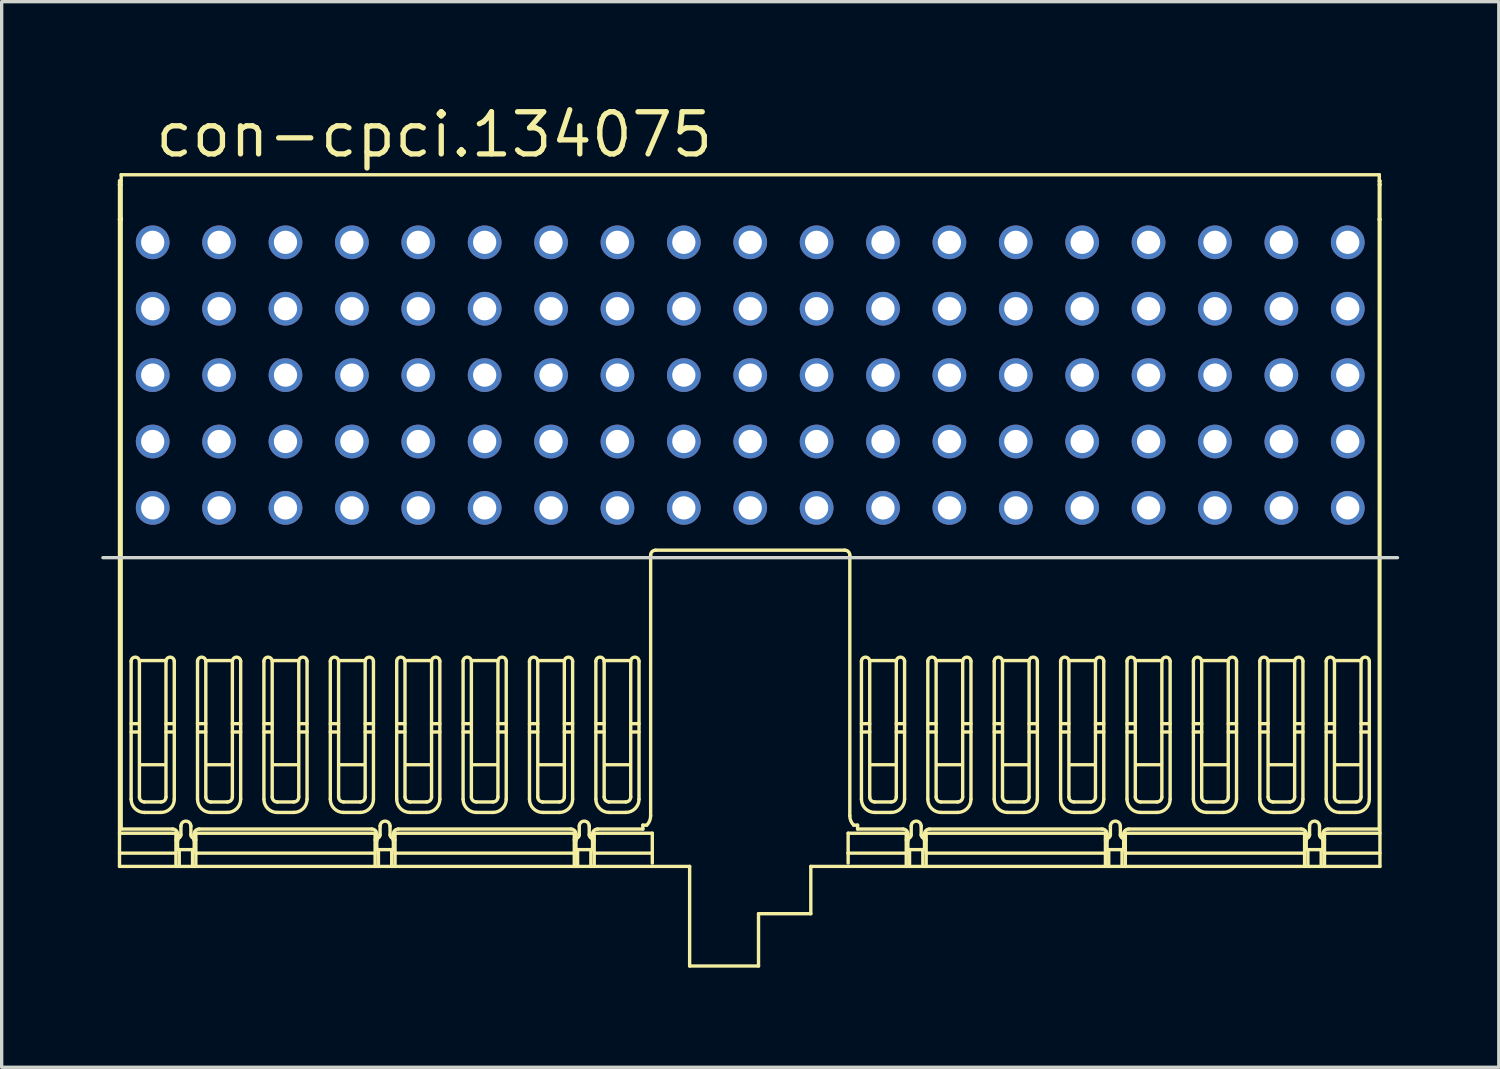
<source format=kicad_pcb>
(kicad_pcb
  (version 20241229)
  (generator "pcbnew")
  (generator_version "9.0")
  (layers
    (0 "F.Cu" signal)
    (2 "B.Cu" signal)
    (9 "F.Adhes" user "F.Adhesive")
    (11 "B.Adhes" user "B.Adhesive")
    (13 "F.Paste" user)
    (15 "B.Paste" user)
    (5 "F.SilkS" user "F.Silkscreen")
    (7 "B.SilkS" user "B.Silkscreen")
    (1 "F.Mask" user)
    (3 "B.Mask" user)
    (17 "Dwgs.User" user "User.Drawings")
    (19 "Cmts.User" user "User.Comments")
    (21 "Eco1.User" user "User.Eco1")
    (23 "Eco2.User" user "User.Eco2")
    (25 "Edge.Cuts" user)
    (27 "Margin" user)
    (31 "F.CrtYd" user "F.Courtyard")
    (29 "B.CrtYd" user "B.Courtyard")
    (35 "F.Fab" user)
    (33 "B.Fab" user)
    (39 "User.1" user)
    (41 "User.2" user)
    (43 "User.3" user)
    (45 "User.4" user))
  (footprint "con-cpci.134075"
    (layer "F.Cu")
    (at 19.55 12.25)
    (property "Reference" "con-cpci.134075" (at -18 -10.5 0) (layer "F.SilkS") (effects (font (size 1.27 1.27) (thickness 0.16)) (justify left bottom)))
    (attr through_hole)
    (fp_line (start -19 -9.85) (end -18.95 -9.85) (stroke (width 0.102) (type default)) (layer "F.SilkS"))
    (fp_line (start -19 -9.736) (end -19 -9.85) (stroke (width 0.102) (type default)) (layer "F.SilkS"))
    (fp_line (start -19 -9.736) (end -19 -8.686) (stroke (width 0.102) (type default)) (layer "F.SilkS"))
    (fp_line (start -19 -8.686) (end -18.95 -8.686) (stroke (width 0.102) (type default)) (layer "F.SilkS"))
    (fp_line (start -19 9.8) (end -17.3 9.8) (stroke (width 0.102) (type default)) (layer "F.SilkS"))
    (fp_line (start -19 10.4) (end -17.3 10.4) (stroke (width 0.102) (type default)) (layer "F.SilkS"))
    (fp_line (start -19 10.8) (end -19 -8.686) (stroke (width 0.102) (type default)) (layer "F.SilkS"))
    (fp_line (start -18.95 -10.036) (end 18.95 -10.036) (stroke (width 0.102) (type default)) (layer "F.SilkS"))
    (fp_line (start -18.95 -9.736) (end -19 -9.736) (stroke (width 0.102) (type default)) (layer "F.SilkS"))
    (fp_line (start -18.95 -8.686) (end -18.95 -8.728) (stroke (width 0.102) (type default)) (layer "F.SilkS"))
    (fp_line (start -18.95 9.674) (end -18.95 -10.036) (stroke (width 0.102) (type default)) (layer "F.SilkS"))
    (fp_line (start -18.65 6.75) (end -18.4 6.75) (stroke (width 0.102) (type default)) (layer "F.SilkS"))
    (fp_line (start -18.65 8.774) (end -18.65 4.622) (stroke (width 0.102) (type default)) (layer "F.SilkS"))
    (fp_line (start -18.4 4.622) (end -18.4 8.709) (stroke (width 0.102) (type default)) (layer "F.SilkS"))
    (fp_line (start -18.4 6.5) (end -18.65 6.5) (stroke (width 0.102) (type default)) (layer "F.SilkS"))
    (fp_line (start -18.25 8.859) (end -17.75 8.859) (stroke (width 0.102) (type default)) (layer "F.SilkS"))
    (fp_line (start -17.75 9.174) (end -18.25 9.174) (stroke (width 0.102) (type default)) (layer "F.SilkS"))
    (fp_line (start -17.65 4.599) (end -18.35 4.599) (stroke (width 0.102) (type default)) (layer "F.SilkS"))
    (fp_line (start -17.65 7.737) (end -18.35 7.737) (stroke (width 0.102) (type default)) (layer "F.SilkS"))
    (fp_line (start -17.6 6.75) (end -17.35 6.75) (stroke (width 0.102) (type default)) (layer "F.SilkS"))
    (fp_line (start -17.6 8.709) (end -17.6 4.622) (stroke (width 0.102) (type default)) (layer "F.SilkS"))
    (fp_line (start -17.4 9.674) (end -18.95 9.674) (stroke (width 0.102) (type default)) (layer "F.SilkS"))
    (fp_line (start -17.35 4.622) (end -17.35 8.774) (stroke (width 0.102) (type default)) (layer "F.SilkS"))
    (fp_line (start -17.35 6.5) (end -17.6 6.5) (stroke (width 0.102) (type default)) (layer "F.SilkS"))
    (fp_line (start -17.3 9.8) (end -17.3 10.8) (stroke (width 0.102) (type default)) (layer "F.SilkS"))
    (fp_line (start -17.3 10) (end -17.25 10) (stroke (width 0.102) (type default)) (layer "F.SilkS"))
    (fp_line (start -17.25 9.824) (end -17.25 10.294) (stroke (width 0.102) (type default)) (layer "F.SilkS"))
    (fp_line (start -17.25 10.294) (end -16.75 10.294) (stroke (width 0.102) (type default)) (layer "F.SilkS"))
    (fp_line (start -17.2 10.8) (end -17.2 10.294) (stroke (width 0.102) (type default)) (layer "F.SilkS"))
    (fp_line (start -17.15 9.586) (end -17.15 9.849) (stroke (width 0.102) (type default)) (layer "F.SilkS"))
    (fp_line (start -16.85 9.849) (end -16.85 9.586) (stroke (width 0.102) (type default)) (layer "F.SilkS"))
    (fp_line (start -16.8 10.8) (end -16.8 10.294) (stroke (width 0.102) (type default)) (layer "F.SilkS"))
    (fp_line (start -16.75 10) (end -16.7 10) (stroke (width 0.102) (type default)) (layer "F.SilkS"))
    (fp_line (start -16.75 10.294) (end -16.75 9.824) (stroke (width 0.102) (type default)) (layer "F.SilkS"))
    (fp_line (start -16.7 9.8) (end -11.3 9.8) (stroke (width 0.102) (type default)) (layer "F.SilkS"))
    (fp_line (start -16.7 10.4) (end -11.3 10.4) (stroke (width 0.102) (type default)) (layer "F.SilkS"))
    (fp_line (start -16.7 10.8) (end -16.7 9.8) (stroke (width 0.102) (type default)) (layer "F.SilkS"))
    (fp_line (start -16.65 6.75) (end -16.4 6.75) (stroke (width 0.102) (type default)) (layer "F.SilkS"))
    (fp_line (start -16.65 8.774) (end -16.65 4.622) (stroke (width 0.102) (type default)) (layer "F.SilkS"))
    (fp_line (start -16.6 9.674) (end -11.4 9.674) (stroke (width 0.102) (type default)) (layer "F.SilkS"))
    (fp_line (start -16.4 4.622) (end -16.4 8.709) (stroke (width 0.102) (type default)) (layer "F.SilkS"))
    (fp_line (start -16.4 6.5) (end -16.65 6.5) (stroke (width 0.102) (type default)) (layer "F.SilkS"))
    (fp_line (start -16.25 8.859) (end -15.75 8.859) (stroke (width 0.102) (type default)) (layer "F.SilkS"))
    (fp_line (start -15.75 9.174) (end -16.25 9.174) (stroke (width 0.102) (type default)) (layer "F.SilkS"))
    (fp_line (start -15.65 4.599) (end -16.35 4.599) (stroke (width 0.102) (type default)) (layer "F.SilkS"))
    (fp_line (start -15.65 7.737) (end -16.35 7.737) (stroke (width 0.102) (type default)) (layer "F.SilkS"))
    (fp_line (start -15.6 6.75) (end -15.35 6.75) (stroke (width 0.102) (type default)) (layer "F.SilkS"))
    (fp_line (start -15.6 8.709) (end -15.6 4.622) (stroke (width 0.102) (type default)) (layer "F.SilkS"))
    (fp_line (start -15.35 4.622) (end -15.35 8.774) (stroke (width 0.102) (type default)) (layer "F.SilkS"))
    (fp_line (start -15.35 6.5) (end -15.6 6.5) (stroke (width 0.102) (type default)) (layer "F.SilkS"))
    (fp_line (start -14.65 6.75) (end -14.4 6.75) (stroke (width 0.102) (type default)) (layer "F.SilkS"))
    (fp_line (start -14.65 8.774) (end -14.65 4.622) (stroke (width 0.102) (type default)) (layer "F.SilkS"))
    (fp_line (start -14.4 4.622) (end -14.4 8.709) (stroke (width 0.102) (type default)) (layer "F.SilkS"))
    (fp_line (start -14.4 6.5) (end -14.65 6.5) (stroke (width 0.102) (type default)) (layer "F.SilkS"))
    (fp_line (start -14.25 8.859) (end -13.75 8.859) (stroke (width 0.102) (type default)) (layer "F.SilkS"))
    (fp_line (start -13.75 9.174) (end -14.25 9.174) (stroke (width 0.102) (type default)) (layer "F.SilkS"))
    (fp_line (start -13.65 4.599) (end -14.35 4.599) (stroke (width 0.102) (type default)) (layer "F.SilkS"))
    (fp_line (start -13.65 7.737) (end -14.35 7.737) (stroke (width 0.102) (type default)) (layer "F.SilkS"))
    (fp_line (start -13.6 6.75) (end -13.35 6.75) (stroke (width 0.102) (type default)) (layer "F.SilkS"))
    (fp_line (start -13.6 8.709) (end -13.6 4.622) (stroke (width 0.102) (type default)) (layer "F.SilkS"))
    (fp_line (start -13.35 4.622) (end -13.35 8.774) (stroke (width 0.102) (type default)) (layer "F.SilkS"))
    (fp_line (start -13.35 6.5) (end -13.6 6.5) (stroke (width 0.102) (type default)) (layer "F.SilkS"))
    (fp_line (start -12.65 6.75) (end -12.4 6.75) (stroke (width 0.102) (type default)) (layer "F.SilkS"))
    (fp_line (start -12.65 8.774) (end -12.65 4.622) (stroke (width 0.102) (type default)) (layer "F.SilkS"))
    (fp_line (start -12.4 4.622) (end -12.4 8.709) (stroke (width 0.102) (type default)) (layer "F.SilkS"))
    (fp_line (start -12.4 6.5) (end -12.65 6.5) (stroke (width 0.102) (type default)) (layer "F.SilkS"))
    (fp_line (start -12.25 8.859) (end -11.75 8.859) (stroke (width 0.102) (type default)) (layer "F.SilkS"))
    (fp_line (start -11.75 9.174) (end -12.25 9.174) (stroke (width 0.102) (type default)) (layer "F.SilkS"))
    (fp_line (start -11.65 4.599) (end -12.35 4.599) (stroke (width 0.102) (type default)) (layer "F.SilkS"))
    (fp_line (start -11.65 7.737) (end -12.35 7.737) (stroke (width 0.102) (type default)) (layer "F.SilkS"))
    (fp_line (start -11.6 6.75) (end -11.35 6.75) (stroke (width 0.102) (type default)) (layer "F.SilkS"))
    (fp_line (start -11.6 8.709) (end -11.6 4.622) (stroke (width 0.102) (type default)) (layer "F.SilkS"))
    (fp_line (start -11.35 4.622) (end -11.35 8.774) (stroke (width 0.102) (type default)) (layer "F.SilkS"))
    (fp_line (start -11.35 6.5) (end -11.6 6.5) (stroke (width 0.102) (type default)) (layer "F.SilkS"))
    (fp_line (start -11.3 9.8) (end -11.3 10.8) (stroke (width 0.102) (type default)) (layer "F.SilkS"))
    (fp_line (start -11.3 10) (end -11.25 10) (stroke (width 0.102) (type default)) (layer "F.SilkS"))
    (fp_line (start -11.25 9.824) (end -11.25 10.294) (stroke (width 0.102) (type default)) (layer "F.SilkS"))
    (fp_line (start -11.25 10.294) (end -10.75 10.294) (stroke (width 0.102) (type default)) (layer "F.SilkS"))
    (fp_line (start -11.2 10.8) (end -11.2 10.294) (stroke (width 0.102) (type default)) (layer "F.SilkS"))
    (fp_line (start -11.15 9.586) (end -11.15 9.849) (stroke (width 0.102) (type default)) (layer "F.SilkS"))
    (fp_line (start -10.85 9.849) (end -10.85 9.586) (stroke (width 0.102) (type default)) (layer "F.SilkS"))
    (fp_line (start -10.8 10.8) (end -10.8 10.294) (stroke (width 0.102) (type default)) (layer "F.SilkS"))
    (fp_line (start -10.75 10) (end -10.7 10) (stroke (width 0.102) (type default)) (layer "F.SilkS"))
    (fp_line (start -10.75 10.294) (end -10.75 9.824) (stroke (width 0.102) (type default)) (layer "F.SilkS"))
    (fp_line (start -10.7 9.8) (end -5.3 9.8) (stroke (width 0.102) (type default)) (layer "F.SilkS"))
    (fp_line (start -10.7 10.4) (end -5.3 10.4) (stroke (width 0.102) (type default)) (layer "F.SilkS"))
    (fp_line (start -10.7 10.8) (end -10.7 9.8) (stroke (width 0.102) (type default)) (layer "F.SilkS"))
    (fp_line (start -10.65 6.75) (end -10.4 6.75) (stroke (width 0.102) (type default)) (layer "F.SilkS"))
    (fp_line (start -10.65 8.774) (end -10.65 4.622) (stroke (width 0.102) (type default)) (layer "F.SilkS"))
    (fp_line (start -10.6 9.674) (end -5.4 9.674) (stroke (width 0.102) (type default)) (layer "F.SilkS"))
    (fp_line (start -10.4 4.622) (end -10.4 8.709) (stroke (width 0.102) (type default)) (layer "F.SilkS"))
    (fp_line (start -10.4 6.5) (end -10.65 6.5) (stroke (width 0.102) (type default)) (layer "F.SilkS"))
    (fp_line (start -10.25 8.859) (end -9.75 8.859) (stroke (width 0.102) (type default)) (layer "F.SilkS"))
    (fp_line (start -9.75 9.174) (end -10.25 9.174) (stroke (width 0.102) (type default)) (layer "F.SilkS"))
    (fp_line (start -9.65 4.599) (end -10.35 4.599) (stroke (width 0.102) (type default)) (layer "F.SilkS"))
    (fp_line (start -9.65 7.737) (end -10.35 7.737) (stroke (width 0.102) (type default)) (layer "F.SilkS"))
    (fp_line (start -9.6 6.75) (end -9.35 6.75) (stroke (width 0.102) (type default)) (layer "F.SilkS"))
    (fp_line (start -9.6 8.709) (end -9.6 4.622) (stroke (width 0.102) (type default)) (layer "F.SilkS"))
    (fp_line (start -9.35 4.622) (end -9.35 8.774) (stroke (width 0.102) (type default)) (layer "F.SilkS"))
    (fp_line (start -9.35 6.5) (end -9.6 6.5) (stroke (width 0.102) (type default)) (layer "F.SilkS"))
    (fp_line (start -8.65 6.75) (end -8.4 6.75) (stroke (width 0.102) (type default)) (layer "F.SilkS"))
    (fp_line (start -8.65 8.774) (end -8.65 4.622) (stroke (width 0.102) (type default)) (layer "F.SilkS"))
    (fp_line (start -8.4 4.622) (end -8.4 8.709) (stroke (width 0.102) (type default)) (layer "F.SilkS"))
    (fp_line (start -8.4 6.5) (end -8.65 6.5) (stroke (width 0.102) (type default)) (layer "F.SilkS"))
    (fp_line (start -8.25 8.859) (end -7.75 8.859) (stroke (width 0.102) (type default)) (layer "F.SilkS"))
    (fp_line (start -7.75 9.174) (end -8.25 9.174) (stroke (width 0.102) (type default)) (layer "F.SilkS"))
    (fp_line (start -7.65 4.599) (end -8.35 4.599) (stroke (width 0.102) (type default)) (layer "F.SilkS"))
    (fp_line (start -7.65 7.737) (end -8.35 7.737) (stroke (width 0.102) (type default)) (layer "F.SilkS"))
    (fp_line (start -7.6 6.75) (end -7.35 6.75) (stroke (width 0.102) (type default)) (layer "F.SilkS"))
    (fp_line (start -7.6 8.709) (end -7.6 4.622) (stroke (width 0.102) (type default)) (layer "F.SilkS"))
    (fp_line (start -7.35 4.622) (end -7.35 8.774) (stroke (width 0.102) (type default)) (layer "F.SilkS"))
    (fp_line (start -7.35 6.5) (end -7.6 6.5) (stroke (width 0.102) (type default)) (layer "F.SilkS"))
    (fp_line (start -6.65 6.75) (end -6.4 6.75) (stroke (width 0.102) (type default)) (layer "F.SilkS"))
    (fp_line (start -6.65 8.774) (end -6.65 4.622) (stroke (width 0.102) (type default)) (layer "F.SilkS"))
    (fp_line (start -6.4 4.622) (end -6.4 8.709) (stroke (width 0.102) (type default)) (layer "F.SilkS"))
    (fp_line (start -6.4 6.5) (end -6.65 6.5) (stroke (width 0.102) (type default)) (layer "F.SilkS"))
    (fp_line (start -6.25 8.859) (end -5.75 8.859) (stroke (width 0.102) (type default)) (layer "F.SilkS"))
    (fp_line (start -5.75 9.174) (end -6.25 9.174) (stroke (width 0.102) (type default)) (layer "F.SilkS"))
    (fp_line (start -5.65 4.599) (end -6.35 4.599) (stroke (width 0.102) (type default)) (layer "F.SilkS"))
    (fp_line (start -5.65 7.737) (end -6.35 7.737) (stroke (width 0.102) (type default)) (layer "F.SilkS"))
    (fp_line (start -5.6 6.75) (end -5.35 6.75) (stroke (width 0.102) (type default)) (layer "F.SilkS"))
    (fp_line (start -5.6 8.709) (end -5.6 4.622) (stroke (width 0.102) (type default)) (layer "F.SilkS"))
    (fp_line (start -5.35 4.622) (end -5.35 8.774) (stroke (width 0.102) (type default)) (layer "F.SilkS"))
    (fp_line (start -5.35 6.5) (end -5.6 6.5) (stroke (width 0.102) (type default)) (layer "F.SilkS"))
    (fp_line (start -5.3 9.8) (end -5.3 10.8) (stroke (width 0.102) (type default)) (layer "F.SilkS"))
    (fp_line (start -5.25 9.824) (end -5.25 10.294) (stroke (width 0.102) (type default)) (layer "F.SilkS"))
    (fp_line (start -5.25 10) (end -5.3 10) (stroke (width 0.102) (type default)) (layer "F.SilkS"))
    (fp_line (start -5.25 10.294) (end -4.75 10.294) (stroke (width 0.102) (type default)) (layer "F.SilkS"))
    (fp_line (start -5.2 10.8) (end -5.2 10.294) (stroke (width 0.102) (type default)) (layer "F.SilkS"))
    (fp_line (start -5.15 9.586) (end -5.15 9.849) (stroke (width 0.102) (type default)) (layer "F.SilkS"))
    (fp_line (start -4.85 9.849) (end -4.85 9.586) (stroke (width 0.102) (type default)) (layer "F.SilkS"))
    (fp_line (start -4.8 10.8) (end -4.8 10.294) (stroke (width 0.102) (type default)) (layer "F.SilkS"))
    (fp_line (start -4.75 10.294) (end -4.75 9.824) (stroke (width 0.102) (type default)) (layer "F.SilkS"))
    (fp_line (start -4.7 9.8) (end -4.7 10.8) (stroke (width 0.102) (type default)) (layer "F.SilkS"))
    (fp_line (start -4.7 10) (end -4.75 10) (stroke (width 0.102) (type default)) (layer "F.SilkS"))
    (fp_line (start -4.7 10.4) (end -2.95 10.4) (stroke (width 0.102) (type default)) (layer "F.SilkS"))
    (fp_line (start -4.65 6.5) (end -4.4 6.5) (stroke (width 0.102) (type default)) (layer "F.SilkS"))
    (fp_line (start -4.65 8.774) (end -4.65 4.622) (stroke (width 0.102) (type default)) (layer "F.SilkS"))
    (fp_line (start -4.6 9.674) (end -3.234 9.674) (stroke (width 0.102) (type default)) (layer "F.SilkS"))
    (fp_line (start -4.4 4.622) (end -4.4 8.709) (stroke (width 0.102) (type default)) (layer "F.SilkS"))
    (fp_line (start -4.4 6.75) (end -4.65 6.75) (stroke (width 0.102) (type default)) (layer "F.SilkS"))
    (fp_line (start -4.25 8.859) (end -3.75 8.859) (stroke (width 0.102) (type default)) (layer "F.SilkS"))
    (fp_line (start -3.75 9.174) (end -4.25 9.174) (stroke (width 0.102) (type default)) (layer "F.SilkS"))
    (fp_line (start -3.65 4.599) (end -4.35 4.599) (stroke (width 0.102) (type default)) (layer "F.SilkS"))
    (fp_line (start -3.65 7.737) (end -4.35 7.737) (stroke (width 0.102) (type default)) (layer "F.SilkS"))
    (fp_line (start -3.6 6.5) (end -3.35 6.5) (stroke (width 0.102) (type default)) (layer "F.SilkS"))
    (fp_line (start -3.6 8.709) (end -3.6 4.622) (stroke (width 0.102) (type default)) (layer "F.SilkS"))
    (fp_line (start -3.35 4.622) (end -3.35 8.774) (stroke (width 0.102) (type default)) (layer "F.SilkS"))
    (fp_line (start -3.35 6.75) (end -3.6 6.75) (stroke (width 0.102) (type default)) (layer "F.SilkS"))
    (fp_line (start -3.234 9.557) (end -3.234 9.674) (stroke (width 0.102) (type default)) (layer "F.SilkS"))
    (fp_line (start -3.117 9.557) (end -3.234 9.557) (stroke (width 0.102) (type default)) (layer "F.SilkS"))
    (fp_line (start -3 9.274) (end -3 1.424) (stroke (width 0.102) (type default)) (layer "F.SilkS"))
    (fp_line (start -2.95 9.8) (end -4.7 9.8) (stroke (width 0.102) (type default)) (layer "F.SilkS"))
    (fp_line (start -2.95 10.4) (end -2.95 9.8) (stroke (width 0.102) (type default)) (layer "F.SilkS"))
    (fp_line (start -2.95 10.4) (end -2.95 10.7) (stroke (width 0.102) (type default)) (layer "F.SilkS"))
    (fp_line (start -2.85 1.274) (end 2.85 1.274) (stroke (width 0.102) (type default)) (layer "F.SilkS"))
    (fp_line (start -1.825 10.8) (end -19 10.8) (stroke (width 0.102) (type default)) (layer "F.SilkS"))
    (fp_line (start -1.825 13.8) (end -1.825 10.8) (stroke (width 0.102) (type default)) (layer "F.SilkS"))
    (fp_line (start 0.25 12.225) (end 0.25 13.8) (stroke (width 0.102) (type default)) (layer "F.SilkS"))
    (fp_line (start 0.25 13.8) (end -1.825 13.8) (stroke (width 0.102) (type default)) (layer "F.SilkS"))
    (fp_line (start 1.825 10.8) (end 1.825 12.225) (stroke (width 0.102) (type default)) (layer "F.SilkS"))
    (fp_line (start 1.825 12.225) (end 0.25 12.225) (stroke (width 0.102) (type default)) (layer "F.SilkS"))
    (fp_line (start 2.95 9.8) (end 2.95 10.4) (stroke (width 0.102) (type default)) (layer "F.SilkS"))
    (fp_line (start 2.95 10.4) (end 2.95 10.7) (stroke (width 0.102) (type default)) (layer "F.SilkS"))
    (fp_line (start 2.95 10.4) (end 4.7 10.4) (stroke (width 0.102) (type default)) (layer "F.SilkS"))
    (fp_line (start 3 9.274) (end 3 1.424) (stroke (width 0.102) (type default)) (layer "F.SilkS"))
    (fp_line (start 3.117 9.557) (end 3.234 9.557) (stroke (width 0.102) (type default)) (layer "F.SilkS"))
    (fp_line (start 3.234 9.557) (end 3.234 9.674) (stroke (width 0.102) (type default)) (layer "F.SilkS"))
    (fp_line (start 3.35 6.5) (end 3.6 6.5) (stroke (width 0.102) (type default)) (layer "F.SilkS"))
    (fp_line (start 3.35 8.774) (end 3.35 4.622) (stroke (width 0.102) (type default)) (layer "F.SilkS"))
    (fp_line (start 3.6 4.622) (end 3.6 8.709) (stroke (width 0.102) (type default)) (layer "F.SilkS"))
    (fp_line (start 3.6 6.75) (end 3.35 6.75) (stroke (width 0.102) (type default)) (layer "F.SilkS"))
    (fp_line (start 3.75 8.859) (end 4.25 8.859) (stroke (width 0.102) (type default)) (layer "F.SilkS"))
    (fp_line (start 4.25 9.174) (end 3.75 9.174) (stroke (width 0.102) (type default)) (layer "F.SilkS"))
    (fp_line (start 4.35 4.599) (end 3.65 4.599) (stroke (width 0.102) (type default)) (layer "F.SilkS"))
    (fp_line (start 4.35 7.737) (end 3.65 7.737) (stroke (width 0.102) (type default)) (layer "F.SilkS"))
    (fp_line (start 4.4 6.5) (end 4.65 6.5) (stroke (width 0.102) (type default)) (layer "F.SilkS"))
    (fp_line (start 4.4 8.709) (end 4.4 4.622) (stroke (width 0.102) (type default)) (layer "F.SilkS"))
    (fp_line (start 4.6 9.674) (end 3.234 9.674) (stroke (width 0.102) (type default)) (layer "F.SilkS"))
    (fp_line (start 4.65 4.622) (end 4.65 8.774) (stroke (width 0.102) (type default)) (layer "F.SilkS"))
    (fp_line (start 4.65 6.75) (end 4.4 6.75) (stroke (width 0.102) (type default)) (layer "F.SilkS"))
    (fp_line (start 4.7 9.8) (end 2.95 9.8) (stroke (width 0.102) (type default)) (layer "F.SilkS"))
    (fp_line (start 4.7 10.8) (end 4.7 9.8) (stroke (width 0.102) (type default)) (layer "F.SilkS"))
    (fp_line (start 4.75 9.824) (end 4.75 10.294) (stroke (width 0.102) (type default)) (layer "F.SilkS"))
    (fp_line (start 4.75 10) (end 4.7 10) (stroke (width 0.102) (type default)) (layer "F.SilkS"))
    (fp_line (start 4.75 10.294) (end 5.25 10.294) (stroke (width 0.102) (type default)) (layer "F.SilkS"))
    (fp_line (start 4.8 10.8) (end 4.8 10.294) (stroke (width 0.102) (type default)) (layer "F.SilkS"))
    (fp_line (start 4.85 9.586) (end 4.85 9.849) (stroke (width 0.102) (type default)) (layer "F.SilkS"))
    (fp_line (start 5.15 9.849) (end 5.15 9.586) (stroke (width 0.102) (type default)) (layer "F.SilkS"))
    (fp_line (start 5.2 10.8) (end 5.2 10.294) (stroke (width 0.102) (type default)) (layer "F.SilkS"))
    (fp_line (start 5.25 10.294) (end 5.25 9.824) (stroke (width 0.102) (type default)) (layer "F.SilkS"))
    (fp_line (start 5.3 9.8) (end 5.3 10.8) (stroke (width 0.102) (type default)) (layer "F.SilkS"))
    (fp_line (start 5.3 10) (end 5.25 10) (stroke (width 0.102) (type default)) (layer "F.SilkS"))
    (fp_line (start 5.35 6.5) (end 5.6 6.5) (stroke (width 0.102) (type default)) (layer "F.SilkS"))
    (fp_line (start 5.35 8.774) (end 5.35 4.622) (stroke (width 0.102) (type default)) (layer "F.SilkS"))
    (fp_line (start 5.4 9.674) (end 10.6 9.674) (stroke (width 0.102) (type default)) (layer "F.SilkS"))
    (fp_line (start 5.6 4.622) (end 5.6 8.709) (stroke (width 0.102) (type default)) (layer "F.SilkS"))
    (fp_line (start 5.6 6.75) (end 5.35 6.75) (stroke (width 0.102) (type default)) (layer "F.SilkS"))
    (fp_line (start 5.75 8.859) (end 6.25 8.859) (stroke (width 0.102) (type default)) (layer "F.SilkS"))
    (fp_line (start 6.25 9.174) (end 5.75 9.174) (stroke (width 0.102) (type default)) (layer "F.SilkS"))
    (fp_line (start 6.35 4.599) (end 5.65 4.599) (stroke (width 0.102) (type default)) (layer "F.SilkS"))
    (fp_line (start 6.35 7.737) (end 5.65 7.737) (stroke (width 0.102) (type default)) (layer "F.SilkS"))
    (fp_line (start 6.4 6.5) (end 6.65 6.5) (stroke (width 0.102) (type default)) (layer "F.SilkS"))
    (fp_line (start 6.4 8.709) (end 6.4 4.622) (stroke (width 0.102) (type default)) (layer "F.SilkS"))
    (fp_line (start 6.65 4.622) (end 6.65 8.774) (stroke (width 0.102) (type default)) (layer "F.SilkS"))
    (fp_line (start 6.65 6.75) (end 6.4 6.75) (stroke (width 0.102) (type default)) (layer "F.SilkS"))
    (fp_line (start 7.35 6.5) (end 7.6 6.5) (stroke (width 0.102) (type default)) (layer "F.SilkS"))
    (fp_line (start 7.35 8.774) (end 7.35 4.622) (stroke (width 0.102) (type default)) (layer "F.SilkS"))
    (fp_line (start 7.6 4.622) (end 7.6 8.709) (stroke (width 0.102) (type default)) (layer "F.SilkS"))
    (fp_line (start 7.6 6.75) (end 7.35 6.75) (stroke (width 0.102) (type default)) (layer "F.SilkS"))
    (fp_line (start 7.75 8.859) (end 8.25 8.859) (stroke (width 0.102) (type default)) (layer "F.SilkS"))
    (fp_line (start 8.25 9.174) (end 7.75 9.174) (stroke (width 0.102) (type default)) (layer "F.SilkS"))
    (fp_line (start 8.35 4.599) (end 7.65 4.599) (stroke (width 0.102) (type default)) (layer "F.SilkS"))
    (fp_line (start 8.35 7.737) (end 7.65 7.737) (stroke (width 0.102) (type default)) (layer "F.SilkS"))
    (fp_line (start 8.4 6.5) (end 8.65 6.5) (stroke (width 0.102) (type default)) (layer "F.SilkS"))
    (fp_line (start 8.4 8.709) (end 8.4 4.622) (stroke (width 0.102) (type default)) (layer "F.SilkS"))
    (fp_line (start 8.65 4.622) (end 8.65 8.774) (stroke (width 0.102) (type default)) (layer "F.SilkS"))
    (fp_line (start 8.65 6.75) (end 8.4 6.75) (stroke (width 0.102) (type default)) (layer "F.SilkS"))
    (fp_line (start 9.35 6.5) (end 9.6 6.5) (stroke (width 0.102) (type default)) (layer "F.SilkS"))
    (fp_line (start 9.35 8.774) (end 9.35 4.622) (stroke (width 0.102) (type default)) (layer "F.SilkS"))
    (fp_line (start 9.6 4.622) (end 9.6 8.709) (stroke (width 0.102) (type default)) (layer "F.SilkS"))
    (fp_line (start 9.6 6.75) (end 9.35 6.75) (stroke (width 0.102) (type default)) (layer "F.SilkS"))
    (fp_line (start 9.75 8.859) (end 10.25 8.859) (stroke (width 0.102) (type default)) (layer "F.SilkS"))
    (fp_line (start 10.25 9.174) (end 9.75 9.174) (stroke (width 0.102) (type default)) (layer "F.SilkS"))
    (fp_line (start 10.35 4.599) (end 9.65 4.599) (stroke (width 0.102) (type default)) (layer "F.SilkS"))
    (fp_line (start 10.35 7.737) (end 9.65 7.737) (stroke (width 0.102) (type default)) (layer "F.SilkS"))
    (fp_line (start 10.4 6.5) (end 10.65 6.5) (stroke (width 0.102) (type default)) (layer "F.SilkS"))
    (fp_line (start 10.4 8.709) (end 10.4 4.622) (stroke (width 0.102) (type default)) (layer "F.SilkS"))
    (fp_line (start 10.65 4.622) (end 10.65 8.774) (stroke (width 0.102) (type default)) (layer "F.SilkS"))
    (fp_line (start 10.65 6.75) (end 10.4 6.75) (stroke (width 0.102) (type default)) (layer "F.SilkS"))
    (fp_line (start 10.7 9.8) (end 5.3 9.8) (stroke (width 0.102) (type default)) (layer "F.SilkS"))
    (fp_line (start 10.7 10.4) (end 5.3 10.4) (stroke (width 0.102) (type default)) (layer "F.SilkS"))
    (fp_line (start 10.7 10.8) (end 10.7 9.8) (stroke (width 0.102) (type default)) (layer "F.SilkS"))
    (fp_line (start 10.75 9.824) (end 10.75 10.294) (stroke (width 0.102) (type default)) (layer "F.SilkS"))
    (fp_line (start 10.75 10) (end 10.7 10) (stroke (width 0.102) (type default)) (layer "F.SilkS"))
    (fp_line (start 10.75 10.294) (end 11.25 10.294) (stroke (width 0.102) (type default)) (layer "F.SilkS"))
    (fp_line (start 10.8 10.8) (end 10.8 10.294) (stroke (width 0.102) (type default)) (layer "F.SilkS"))
    (fp_line (start 10.85 9.586) (end 10.85 9.849) (stroke (width 0.102) (type default)) (layer "F.SilkS"))
    (fp_line (start 11.15 9.849) (end 11.15 9.586) (stroke (width 0.102) (type default)) (layer "F.SilkS"))
    (fp_line (start 11.2 10.8) (end 11.2 10.294) (stroke (width 0.102) (type default)) (layer "F.SilkS"))
    (fp_line (start 11.25 10.294) (end 11.25 9.824) (stroke (width 0.102) (type default)) (layer "F.SilkS"))
    (fp_line (start 11.3 9.8) (end 11.3 10.8) (stroke (width 0.102) (type default)) (layer "F.SilkS"))
    (fp_line (start 11.3 10) (end 11.25 10) (stroke (width 0.102) (type default)) (layer "F.SilkS"))
    (fp_line (start 11.35 6.5) (end 11.6 6.5) (stroke (width 0.102) (type default)) (layer "F.SilkS"))
    (fp_line (start 11.35 8.774) (end 11.35 4.622) (stroke (width 0.102) (type default)) (layer "F.SilkS"))
    (fp_line (start 11.4 9.674) (end 16.6 9.674) (stroke (width 0.102) (type default)) (layer "F.SilkS"))
    (fp_line (start 11.6 4.622) (end 11.6 8.709) (stroke (width 0.102) (type default)) (layer "F.SilkS"))
    (fp_line (start 11.6 6.75) (end 11.35 6.75) (stroke (width 0.102) (type default)) (layer "F.SilkS"))
    (fp_line (start 11.75 8.859) (end 12.25 8.859) (stroke (width 0.102) (type default)) (layer "F.SilkS"))
    (fp_line (start 12.25 9.174) (end 11.75 9.174) (stroke (width 0.102) (type default)) (layer "F.SilkS"))
    (fp_line (start 12.35 4.599) (end 11.65 4.599) (stroke (width 0.102) (type default)) (layer "F.SilkS"))
    (fp_line (start 12.35 7.737) (end 11.65 7.737) (stroke (width 0.102) (type default)) (layer "F.SilkS"))
    (fp_line (start 12.4 6.5) (end 12.65 6.5) (stroke (width 0.102) (type default)) (layer "F.SilkS"))
    (fp_line (start 12.4 8.709) (end 12.4 4.622) (stroke (width 0.102) (type default)) (layer "F.SilkS"))
    (fp_line (start 12.65 4.622) (end 12.65 8.774) (stroke (width 0.102) (type default)) (layer "F.SilkS"))
    (fp_line (start 12.65 6.75) (end 12.4 6.75) (stroke (width 0.102) (type default)) (layer "F.SilkS"))
    (fp_line (start 13.35 6.5) (end 13.6 6.5) (stroke (width 0.102) (type default)) (layer "F.SilkS"))
    (fp_line (start 13.35 8.774) (end 13.35 4.622) (stroke (width 0.102) (type default)) (layer "F.SilkS"))
    (fp_line (start 13.6 4.622) (end 13.6 8.709) (stroke (width 0.102) (type default)) (layer "F.SilkS"))
    (fp_line (start 13.6 6.75) (end 13.35 6.75) (stroke (width 0.102) (type default)) (layer "F.SilkS"))
    (fp_line (start 13.75 8.859) (end 14.25 8.859) (stroke (width 0.102) (type default)) (layer "F.SilkS"))
    (fp_line (start 14.25 9.174) (end 13.75 9.174) (stroke (width 0.102) (type default)) (layer "F.SilkS"))
    (fp_line (start 14.35 4.599) (end 13.65 4.599) (stroke (width 0.102) (type default)) (layer "F.SilkS"))
    (fp_line (start 14.35 7.737) (end 13.65 7.737) (stroke (width 0.102) (type default)) (layer "F.SilkS"))
    (fp_line (start 14.4 6.5) (end 14.65 6.5) (stroke (width 0.102) (type default)) (layer "F.SilkS"))
    (fp_line (start 14.4 8.709) (end 14.4 4.622) (stroke (width 0.102) (type default)) (layer "F.SilkS"))
    (fp_line (start 14.65 4.622) (end 14.65 8.774) (stroke (width 0.102) (type default)) (layer "F.SilkS"))
    (fp_line (start 14.65 6.75) (end 14.4 6.75) (stroke (width 0.102) (type default)) (layer "F.SilkS"))
    (fp_line (start 15.35 6.5) (end 15.6 6.5) (stroke (width 0.102) (type default)) (layer "F.SilkS"))
    (fp_line (start 15.35 8.774) (end 15.35 4.622) (stroke (width 0.102) (type default)) (layer "F.SilkS"))
    (fp_line (start 15.6 4.622) (end 15.6 8.709) (stroke (width 0.102) (type default)) (layer "F.SilkS"))
    (fp_line (start 15.6 6.75) (end 15.35 6.75) (stroke (width 0.102) (type default)) (layer "F.SilkS"))
    (fp_line (start 15.75 8.859) (end 16.25 8.859) (stroke (width 0.102) (type default)) (layer "F.SilkS"))
    (fp_line (start 16.25 9.174) (end 15.75 9.174) (stroke (width 0.102) (type default)) (layer "F.SilkS"))
    (fp_line (start 16.35 4.599) (end 15.65 4.599) (stroke (width 0.102) (type default)) (layer "F.SilkS"))
    (fp_line (start 16.35 7.737) (end 15.65 7.737) (stroke (width 0.102) (type default)) (layer "F.SilkS"))
    (fp_line (start 16.4 6.5) (end 16.65 6.5) (stroke (width 0.102) (type default)) (layer "F.SilkS"))
    (fp_line (start 16.4 8.709) (end 16.4 4.622) (stroke (width 0.102) (type default)) (layer "F.SilkS"))
    (fp_line (start 16.65 4.622) (end 16.65 8.774) (stroke (width 0.102) (type default)) (layer "F.SilkS"))
    (fp_line (start 16.65 6.75) (end 16.4 6.75) (stroke (width 0.102) (type default)) (layer "F.SilkS"))
    (fp_line (start 16.7 9.8) (end 11.3 9.8) (stroke (width 0.102) (type default)) (layer "F.SilkS"))
    (fp_line (start 16.7 10.4) (end 11.3 10.4) (stroke (width 0.102) (type default)) (layer "F.SilkS"))
    (fp_line (start 16.7 10.8) (end 16.7 9.8) (stroke (width 0.102) (type default)) (layer "F.SilkS"))
    (fp_line (start 16.75 9.824) (end 16.75 10.294) (stroke (width 0.102) (type default)) (layer "F.SilkS"))
    (fp_line (start 16.75 10) (end 16.7 10) (stroke (width 0.102) (type default)) (layer "F.SilkS"))
    (fp_line (start 16.75 10.294) (end 17.25 10.294) (stroke (width 0.102) (type default)) (layer "F.SilkS"))
    (fp_line (start 16.8 10.8) (end 16.8 10.294) (stroke (width 0.102) (type default)) (layer "F.SilkS"))
    (fp_line (start 16.85 9.586) (end 16.85 9.849) (stroke (width 0.102) (type default)) (layer "F.SilkS"))
    (fp_line (start 17.15 9.849) (end 17.15 9.586) (stroke (width 0.102) (type default)) (layer "F.SilkS"))
    (fp_line (start 17.2 10.8) (end 17.2 10.294) (stroke (width 0.102) (type default)) (layer "F.SilkS"))
    (fp_line (start 17.25 10.294) (end 17.25 9.824) (stroke (width 0.102) (type default)) (layer "F.SilkS"))
    (fp_line (start 17.3 9.8) (end 18.97 9.8) (stroke (width 0.102) (type default)) (layer "F.SilkS"))
    (fp_line (start 17.3 10) (end 17.25 10) (stroke (width 0.102) (type default)) (layer "F.SilkS"))
    (fp_line (start 17.3 10.8) (end 17.3 9.8) (stroke (width 0.102) (type default)) (layer "F.SilkS"))
    (fp_line (start 17.35 6.5) (end 17.6 6.5) (stroke (width 0.102) (type default)) (layer "F.SilkS"))
    (fp_line (start 17.35 8.774) (end 17.35 4.622) (stroke (width 0.102) (type default)) (layer "F.SilkS"))
    (fp_line (start 17.4 9.674) (end 18.95 9.674) (stroke (width 0.102) (type default)) (layer "F.SilkS"))
    (fp_line (start 17.6 4.622) (end 17.6 8.709) (stroke (width 0.102) (type default)) (layer "F.SilkS"))
    (fp_line (start 17.6 6.75) (end 17.35 6.75) (stroke (width 0.102) (type default)) (layer "F.SilkS"))
    (fp_line (start 17.75 8.859) (end 18.25 8.859) (stroke (width 0.102) (type default)) (layer "F.SilkS"))
    (fp_line (start 18.25 9.174) (end 17.75 9.174) (stroke (width 0.102) (type default)) (layer "F.SilkS"))
    (fp_line (start 18.35 4.599) (end 17.65 4.599) (stroke (width 0.102) (type default)) (layer "F.SilkS"))
    (fp_line (start 18.35 7.737) (end 17.65 7.737) (stroke (width 0.102) (type default)) (layer "F.SilkS"))
    (fp_line (start 18.4 6.5) (end 18.65 6.5) (stroke (width 0.102) (type default)) (layer "F.SilkS"))
    (fp_line (start 18.4 8.709) (end 18.4 4.622) (stroke (width 0.102) (type default)) (layer "F.SilkS"))
    (fp_line (start 18.65 4.622) (end 18.65 8.774) (stroke (width 0.102) (type default)) (layer "F.SilkS"))
    (fp_line (start 18.65 6.75) (end 18.4 6.75) (stroke (width 0.102) (type default)) (layer "F.SilkS"))
    (fp_line (start 18.95 -9.85) (end 18.97 -9.85) (stroke (width 0.102) (type default)) (layer "F.SilkS"))
    (fp_line (start 18.95 -8.686) (end 18.95 -8.704) (stroke (width 0.102) (type default)) (layer "F.SilkS"))
    (fp_line (start 18.95 9.674) (end 18.95 -10.036) (stroke (width 0.102) (type default)) (layer "F.SilkS"))
    (fp_line (start 18.97 -9.85) (end 18.97 -9.736) (stroke (width 0.102) (type default)) (layer "F.SilkS"))
    (fp_line (start 18.97 -9.736) (end 18.95 -9.736) (stroke (width 0.102) (type default)) (layer "F.SilkS"))
    (fp_line (start 18.97 -9.736) (end 18.97 -8.686) (stroke (width 0.102) (type default)) (layer "F.SilkS"))
    (fp_line (start 18.97 -8.686) (end 18.95 -8.686) (stroke (width 0.102) (type default)) (layer "F.SilkS"))
    (fp_line (start 18.97 -8.686) (end 18.97 10.8) (stroke (width 0.102) (type default)) (layer "F.SilkS"))
    (fp_line (start 18.97 10.4) (end 17.3 10.4) (stroke (width 0.102) (type default)) (layer "F.SilkS"))
    (fp_line (start 18.97 10.8) (end 1.825 10.8) (stroke (width 0.102) (type default)) (layer "F.SilkS"))
    (fp_arc (start -18.65 4.6216) (mid -18.525 4.4966) (end -18.4 4.6216) (stroke (width 0.1016) (type default)) (layer "F.SilkS"))
    (fp_arc (start -18.25 8.8586) (mid -18.356066 8.814666) (end -18.4 8.7086) (stroke (width 0.1016) (type default)) (layer "F.SilkS"))
    (fp_arc (start -18.25 9.1743) (mid -18.532843 9.057143) (end -18.65 8.7743) (stroke (width 0.1016) (type default)) (layer "F.SilkS"))
    (fp_arc (start -17.6 4.6216) (mid -17.475 4.4966) (end -17.35 4.6216) (stroke (width 0.1016) (type default)) (layer "F.SilkS"))
    (fp_arc (start -17.6 8.7086) (mid -17.643934 8.814666) (end -17.75 8.8586) (stroke (width 0.1016) (type default)) (layer "F.SilkS"))
    (fp_arc (start -17.4 9.6743) (mid -17.293934 9.718234) (end -17.25 9.8243) (stroke (width 0.1016) (type default)) (layer "F.SilkS"))
    (fp_arc (start -17.35 8.7743) (mid -17.467157 9.057143) (end -17.75 9.1743) (stroke (width 0.1016) (type default)) (layer "F.SilkS"))
    (fp_arc (start -17.25 10.0218) (mid -17.236602 9.971801) (end -17.2 9.9352) (stroke (width 0.1016) (type default)) (layer "F.SilkS"))
    (fp_arc (start -17.15 9.5864) (mid -17 9.4364) (end -16.85 9.5864) (stroke (width 0.1016) (type default)) (layer "F.SilkS"))
    (fp_arc (start -17.15 9.8486) (mid -17.163398 9.898599) (end -17.2 9.9352) (stroke (width 0.1016) (type default)) (layer "F.SilkS"))
    (fp_arc (start -16.8 9.9352) (mid -16.836602 9.898599) (end -16.85 9.8486) (stroke (width 0.1016) (type default)) (layer "F.SilkS"))
    (fp_arc (start -16.8 9.9352) (mid -16.763398 9.971801) (end -16.75 10.0218) (stroke (width 0.1016) (type default)) (layer "F.SilkS"))
    (fp_arc (start -16.75 9.8243) (mid -16.706066 9.718234) (end -16.6 9.6743) (stroke (width 0.1016) (type default)) (layer "F.SilkS"))
    (fp_arc (start -16.65 4.6216) (mid -16.525 4.4966) (end -16.4 4.6216) (stroke (width 0.1016) (type default)) (layer "F.SilkS"))
    (fp_arc (start -16.25 8.8586) (mid -16.356066 8.814666) (end -16.4 8.7086) (stroke (width 0.1016) (type default)) (layer "F.SilkS"))
    (fp_arc (start -16.25 9.1743) (mid -16.532843 9.057143) (end -16.65 8.7743) (stroke (width 0.1016) (type default)) (layer "F.SilkS"))
    (fp_arc (start -15.6 4.6216) (mid -15.475 4.4966) (end -15.35 4.6216) (stroke (width 0.1016) (type default)) (layer "F.SilkS"))
    (fp_arc (start -15.6 8.7086) (mid -15.643934 8.814666) (end -15.75 8.8586) (stroke (width 0.1016) (type default)) (layer "F.SilkS"))
    (fp_arc (start -15.35 8.7743) (mid -15.467157 9.057143) (end -15.75 9.1743) (stroke (width 0.1016) (type default)) (layer "F.SilkS"))
    (fp_arc (start -14.65 4.6216) (mid -14.525 4.4966) (end -14.4 4.6216) (stroke (width 0.1016) (type default)) (layer "F.SilkS"))
    (fp_arc (start -14.25 8.8586) (mid -14.356066 8.814666) (end -14.4 8.7086) (stroke (width 0.1016) (type default)) (layer "F.SilkS"))
    (fp_arc (start -14.25 9.1743) (mid -14.532843 9.057143) (end -14.65 8.7743) (stroke (width 0.1016) (type default)) (layer "F.SilkS"))
    (fp_arc (start -13.6 4.6216) (mid -13.475 4.4966) (end -13.35 4.6216) (stroke (width 0.1016) (type default)) (layer "F.SilkS"))
    (fp_arc (start -13.6 8.7086) (mid -13.643934 8.814666) (end -13.75 8.8586) (stroke (width 0.1016) (type default)) (layer "F.SilkS"))
    (fp_arc (start -13.35 8.7743) (mid -13.467157 9.057143) (end -13.75 9.1743) (stroke (width 0.1016) (type default)) (layer "F.SilkS"))
    (fp_arc (start -12.65 4.6216) (mid -12.525 4.4966) (end -12.4 4.6216) (stroke (width 0.1016) (type default)) (layer "F.SilkS"))
    (fp_arc (start -12.25 8.8586) (mid -12.356066 8.814666) (end -12.4 8.7086) (stroke (width 0.1016) (type default)) (layer "F.SilkS"))
    (fp_arc (start -12.25 9.1743) (mid -12.532843 9.057143) (end -12.65 8.7743) (stroke (width 0.1016) (type default)) (layer "F.SilkS"))
    (fp_arc (start -11.6 4.6216) (mid -11.475 4.4966) (end -11.35 4.6216) (stroke (width 0.1016) (type default)) (layer "F.SilkS"))
    (fp_arc (start -11.6 8.7086) (mid -11.643934 8.814666) (end -11.75 8.8586) (stroke (width 0.1016) (type default)) (layer "F.SilkS"))
    (fp_arc (start -11.4 9.6743) (mid -11.293934 9.718234) (end -11.25 9.8243) (stroke (width 0.1016) (type default)) (layer "F.SilkS"))
    (fp_arc (start -11.35 8.7743) (mid -11.467157 9.057143) (end -11.75 9.1743) (stroke (width 0.1016) (type default)) (layer "F.SilkS"))
    (fp_arc (start -11.25 10.0218) (mid -11.236602 9.971801) (end -11.2 9.9352) (stroke (width 0.1016) (type default)) (layer "F.SilkS"))
    (fp_arc (start -11.15 9.5864) (mid -11 9.4364) (end -10.85 9.5864) (stroke (width 0.1016) (type default)) (layer "F.SilkS"))
    (fp_arc (start -11.15 9.8486) (mid -11.163398 9.898599) (end -11.2 9.9352) (stroke (width 0.1016) (type default)) (layer "F.SilkS"))
    (fp_arc (start -10.8 9.9352) (mid -10.836602 9.898599) (end -10.85 9.8486) (stroke (width 0.1016) (type default)) (layer "F.SilkS"))
    (fp_arc (start -10.8 9.9352) (mid -10.763398 9.971801) (end -10.75 10.0218) (stroke (width 0.1016) (type default)) (layer "F.SilkS"))
    (fp_arc (start -10.75 9.8243) (mid -10.706066 9.718234) (end -10.6 9.6743) (stroke (width 0.1016) (type default)) (layer "F.SilkS"))
    (fp_arc (start -10.65 4.6216) (mid -10.525 4.4966) (end -10.4 4.6216) (stroke (width 0.1016) (type default)) (layer "F.SilkS"))
    (fp_arc (start -10.25 8.8586) (mid -10.356066 8.814666) (end -10.4 8.7086) (stroke (width 0.1016) (type default)) (layer "F.SilkS"))
    (fp_arc (start -10.25 9.1743) (mid -10.532843 9.057143) (end -10.65 8.7743) (stroke (width 0.1016) (type default)) (layer "F.SilkS"))
    (fp_arc (start -9.6 4.6216) (mid -9.475 4.4966) (end -9.35 4.6216) (stroke (width 0.1016) (type default)) (layer "F.SilkS"))
    (fp_arc (start -9.6 8.7086) (mid -9.643934 8.814666) (end -9.75 8.8586) (stroke (width 0.1016) (type default)) (layer "F.SilkS"))
    (fp_arc (start -9.35 8.7743) (mid -9.467157 9.057143) (end -9.75 9.1743) (stroke (width 0.1016) (type default)) (layer "F.SilkS"))
    (fp_arc (start -8.65 4.6216) (mid -8.525 4.4966) (end -8.4 4.6216) (stroke (width 0.1016) (type default)) (layer "F.SilkS"))
    (fp_arc (start -8.25 8.8586) (mid -8.356066 8.814666) (end -8.4 8.7086) (stroke (width 0.1016) (type default)) (layer "F.SilkS"))
    (fp_arc (start -8.25 9.1743) (mid -8.532843 9.057143) (end -8.65 8.7743) (stroke (width 0.1016) (type default)) (layer "F.SilkS"))
    (fp_arc (start -7.6 4.6216) (mid -7.475 4.4966) (end -7.35 4.6216) (stroke (width 0.1016) (type default)) (layer "F.SilkS"))
    (fp_arc (start -7.6 8.7086) (mid -7.643934 8.814666) (end -7.75 8.8586) (stroke (width 0.1016) (type default)) (layer "F.SilkS"))
    (fp_arc (start -7.35 8.7743) (mid -7.467157 9.057143) (end -7.75 9.1743) (stroke (width 0.1016) (type default)) (layer "F.SilkS"))
    (fp_arc (start -6.65 4.6216) (mid -6.525 4.4966) (end -6.4 4.6216) (stroke (width 0.1016) (type default)) (layer "F.SilkS"))
    (fp_arc (start -6.25 8.8586) (mid -6.356066 8.814666) (end -6.4 8.7086) (stroke (width 0.1016) (type default)) (layer "F.SilkS"))
    (fp_arc (start -6.25 9.1743) (mid -6.532843 9.057143) (end -6.65 8.7743) (stroke (width 0.1016) (type default)) (layer "F.SilkS"))
    (fp_arc (start -5.6 4.6216) (mid -5.475 4.4966) (end -5.35 4.6216) (stroke (width 0.1016) (type default)) (layer "F.SilkS"))
    (fp_arc (start -5.6 8.7086) (mid -5.643934 8.814666) (end -5.75 8.8586) (stroke (width 0.1016) (type default)) (layer "F.SilkS"))
    (fp_arc (start -5.4 9.6743) (mid -5.293934 9.718234) (end -5.25 9.8243) (stroke (width 0.1016) (type default)) (layer "F.SilkS"))
    (fp_arc (start -5.35 8.7743) (mid -5.467157 9.057143) (end -5.75 9.1743) (stroke (width 0.1016) (type default)) (layer "F.SilkS"))
    (fp_arc (start -5.25 10.0218) (mid -5.236602 9.971801) (end -5.2 9.9352) (stroke (width 0.1016) (type default)) (layer "F.SilkS"))
    (fp_arc (start -5.15 9.5864) (mid -5 9.4364) (end -4.85 9.5864) (stroke (width 0.1016) (type default)) (layer "F.SilkS"))
    (fp_arc (start -5.15 9.8486) (mid -5.163398 9.898599) (end -5.2 9.9352) (stroke (width 0.1016) (type default)) (layer "F.SilkS"))
    (fp_arc (start -4.8 9.9352) (mid -4.836602 9.898599) (end -4.85 9.8486) (stroke (width 0.1016) (type default)) (layer "F.SilkS"))
    (fp_arc (start -4.8 9.9352) (mid -4.763398 9.971801) (end -4.75 10.0218) (stroke (width 0.1016) (type default)) (layer "F.SilkS"))
    (fp_arc (start -4.75 9.8243) (mid -4.706066 9.718234) (end -4.6 9.6743) (stroke (width 0.1016) (type default)) (layer "F.SilkS"))
    (fp_arc (start -4.65 4.6216) (mid -4.525 4.4966) (end -4.4 4.6216) (stroke (width 0.1016) (type default)) (layer "F.SilkS"))
    (fp_arc (start -4.25 8.8586) (mid -4.356066 8.814666) (end -4.4 8.7086) (stroke (width 0.1016) (type default)) (layer "F.SilkS"))
    (fp_arc (start -4.25 9.1743) (mid -4.532843 9.057143) (end -4.65 8.7743) (stroke (width 0.1016) (type default)) (layer "F.SilkS"))
    (fp_arc (start -3.6 4.6216) (mid -3.475 4.4966) (end -3.35 4.6216) (stroke (width 0.1016) (type default)) (layer "F.SilkS"))
    (fp_arc (start -3.6 8.7086) (mid -3.643934 8.814666) (end -3.75 8.8586) (stroke (width 0.1016) (type default)) (layer "F.SilkS"))
    (fp_arc (start -3.35 8.7743) (mid -3.467157 9.057143) (end -3.75 9.1743) (stroke (width 0.1016) (type default)) (layer "F.SilkS"))
    (fp_arc (start -3 1.4243) (mid -2.956066 1.318234) (end -2.85 1.2743) (stroke (width 0.1016) (type default)) (layer "F.SilkS"))
    (fp_arc (start -3 9.2743) (mid -3.030365 9.427417) (end -3.1171 9.5572) (stroke (width 0.1016) (type default)) (layer "F.SilkS"))
    (fp_arc (start 2.85 1.2743) (mid 2.956066 1.318234) (end 3 1.4243) (stroke (width 0.1016) (type default)) (layer "F.SilkS"))
    (fp_arc (start 3.1172 9.5571) (mid 3.030476 9.427355) (end 3 9.2743) (stroke (width 0.1016) (type default)) (layer "F.SilkS"))
    (fp_arc (start 3.35 4.6216) (mid 3.475 4.4966) (end 3.6 4.6216) (stroke (width 0.1016) (type default)) (layer "F.SilkS"))
    (fp_arc (start 3.75 8.8586) (mid 3.643934 8.814666) (end 3.6 8.7086) (stroke (width 0.1016) (type default)) (layer "F.SilkS"))
    (fp_arc (start 3.75 9.1743) (mid 3.467157 9.057143) (end 3.35 8.7743) (stroke (width 0.1016) (type default)) (layer "F.SilkS"))
    (fp_arc (start 4.4 4.6216) (mid 4.525 4.4966) (end 4.65 4.6216) (stroke (width 0.1016) (type default)) (layer "F.SilkS"))
    (fp_arc (start 4.4 8.7086) (mid 4.356066 8.814666) (end 4.25 8.8586) (stroke (width 0.1016) (type default)) (layer "F.SilkS"))
    (fp_arc (start 4.6 9.6743) (mid 4.706066 9.718234) (end 4.75 9.8243) (stroke (width 0.1016) (type default)) (layer "F.SilkS"))
    (fp_arc (start 4.65 8.7743) (mid 4.532843 9.057143) (end 4.25 9.1743) (stroke (width 0.1016) (type default)) (layer "F.SilkS"))
    (fp_arc (start 4.75 10.0218) (mid 4.763398 9.971801) (end 4.8 9.9352) (stroke (width 0.1016) (type default)) (layer "F.SilkS"))
    (fp_arc (start 4.85 9.5864) (mid 5 9.4364) (end 5.15 9.5864) (stroke (width 0.1016) (type default)) (layer "F.SilkS"))
    (fp_arc (start 4.85 9.8486) (mid 4.836602 9.898599) (end 4.8 9.9352) (stroke (width 0.1016) (type default)) (layer "F.SilkS"))
    (fp_arc (start 5.2 9.9352) (mid 5.163398 9.898599) (end 5.15 9.8486) (stroke (width 0.1016) (type default)) (layer "F.SilkS"))
    (fp_arc (start 5.2 9.9352) (mid 5.236602 9.971801) (end 5.25 10.0218) (stroke (width 0.1016) (type default)) (layer "F.SilkS"))
    (fp_arc (start 5.25 9.8243) (mid 5.293934 9.718234) (end 5.4 9.6743) (stroke (width 0.1016) (type default)) (layer "F.SilkS"))
    (fp_arc (start 5.35 4.6216) (mid 5.475 4.4966) (end 5.6 4.6216) (stroke (width 0.1016) (type default)) (layer "F.SilkS"))
    (fp_arc (start 5.75 8.8586) (mid 5.643934 8.814666) (end 5.6 8.7086) (stroke (width 0.1016) (type default)) (layer "F.SilkS"))
    (fp_arc (start 5.75 9.1743) (mid 5.467157 9.057143) (end 5.35 8.7743) (stroke (width 0.1016) (type default)) (layer "F.SilkS"))
    (fp_arc (start 6.4 4.6216) (mid 6.525 4.4966) (end 6.65 4.6216) (stroke (width 0.1016) (type default)) (layer "F.SilkS"))
    (fp_arc (start 6.4 8.7086) (mid 6.356066 8.814666) (end 6.25 8.8586) (stroke (width 0.1016) (type default)) (layer "F.SilkS"))
    (fp_arc (start 6.65 8.7743) (mid 6.532843 9.057143) (end 6.25 9.1743) (stroke (width 0.1016) (type default)) (layer "F.SilkS"))
    (fp_arc (start 7.35 4.6216) (mid 7.475 4.4966) (end 7.6 4.6216) (stroke (width 0.1016) (type default)) (layer "F.SilkS"))
    (fp_arc (start 7.75 8.8586) (mid 7.643934 8.814666) (end 7.6 8.7086) (stroke (width 0.1016) (type default)) (layer "F.SilkS"))
    (fp_arc (start 7.75 9.1743) (mid 7.467157 9.057143) (end 7.35 8.7743) (stroke (width 0.1016) (type default)) (layer "F.SilkS"))
    (fp_arc (start 8.4 4.6216) (mid 8.525 4.4966) (end 8.65 4.6216) (stroke (width 0.1016) (type default)) (layer "F.SilkS"))
    (fp_arc (start 8.4 8.7086) (mid 8.356066 8.814666) (end 8.25 8.8586) (stroke (width 0.1016) (type default)) (layer "F.SilkS"))
    (fp_arc (start 8.65 8.7743) (mid 8.532843 9.057143) (end 8.25 9.1743) (stroke (width 0.1016) (type default)) (layer "F.SilkS"))
    (fp_arc (start 9.35 4.6216) (mid 9.475 4.4966) (end 9.6 4.6216) (stroke (width 0.1016) (type default)) (layer "F.SilkS"))
    (fp_arc (start 9.75 8.8586) (mid 9.643934 8.814666) (end 9.6 8.7086) (stroke (width 0.1016) (type default)) (layer "F.SilkS"))
    (fp_arc (start 9.75 9.1743) (mid 9.467157 9.057143) (end 9.35 8.7743) (stroke (width 0.1016) (type default)) (layer "F.SilkS"))
    (fp_arc (start 10.4 4.6216) (mid 10.525 4.4966) (end 10.65 4.6216) (stroke (width 0.1016) (type default)) (layer "F.SilkS"))
    (fp_arc (start 10.4 8.7086) (mid 10.356066 8.814666) (end 10.25 8.8586) (stroke (width 0.1016) (type default)) (layer "F.SilkS"))
    (fp_arc (start 10.6 9.6743) (mid 10.706066 9.718234) (end 10.75 9.8243) (stroke (width 0.1016) (type default)) (layer "F.SilkS"))
    (fp_arc (start 10.65 8.7743) (mid 10.532843 9.057143) (end 10.25 9.1743) (stroke (width 0.1016) (type default)) (layer "F.SilkS"))
    (fp_arc (start 10.75 10.0218) (mid 10.763398 9.971801) (end 10.8 9.9352) (stroke (width 0.1016) (type default)) (layer "F.SilkS"))
    (fp_arc (start 10.85 9.5864) (mid 11 9.4364) (end 11.15 9.5864) (stroke (width 0.1016) (type default)) (layer "F.SilkS"))
    (fp_arc (start 10.85 9.8486) (mid 10.836602 9.898599) (end 10.8 9.9352) (stroke (width 0.1016) (type default)) (layer "F.SilkS"))
    (fp_arc (start 11.2 9.9352) (mid 11.163398 9.898599) (end 11.15 9.8486) (stroke (width 0.1016) (type default)) (layer "F.SilkS"))
    (fp_arc (start 11.2 9.9352) (mid 11.236602 9.971801) (end 11.25 10.0218) (stroke (width 0.1016) (type default)) (layer "F.SilkS"))
    (fp_arc (start 11.25 9.8243) (mid 11.293934 9.718234) (end 11.4 9.6743) (stroke (width 0.1016) (type default)) (layer "F.SilkS"))
    (fp_arc (start 11.35 4.6216) (mid 11.475 4.4966) (end 11.6 4.6216) (stroke (width 0.1016) (type default)) (layer "F.SilkS"))
    (fp_arc (start 11.75 8.8586) (mid 11.643934 8.814666) (end 11.6 8.7086) (stroke (width 0.1016) (type default)) (layer "F.SilkS"))
    (fp_arc (start 11.75 9.1743) (mid 11.467157 9.057143) (end 11.35 8.7743) (stroke (width 0.1016) (type default)) (layer "F.SilkS"))
    (fp_arc (start 12.4 4.6216) (mid 12.525 4.4966) (end 12.65 4.6216) (stroke (width 0.1016) (type default)) (layer "F.SilkS"))
    (fp_arc (start 12.4 8.7086) (mid 12.356066 8.814666) (end 12.25 8.8586) (stroke (width 0.1016) (type default)) (layer "F.SilkS"))
    (fp_arc (start 12.65 8.7743) (mid 12.532843 9.057143) (end 12.25 9.1743) (stroke (width 0.1016) (type default)) (layer "F.SilkS"))
    (fp_arc (start 13.35 4.6216) (mid 13.475 4.4966) (end 13.6 4.6216) (stroke (width 0.1016) (type default)) (layer "F.SilkS"))
    (fp_arc (start 13.75 8.8586) (mid 13.643934 8.814666) (end 13.6 8.7086) (stroke (width 0.1016) (type default)) (layer "F.SilkS"))
    (fp_arc (start 13.75 9.1743) (mid 13.467157 9.057143) (end 13.35 8.7743) (stroke (width 0.1016) (type default)) (layer "F.SilkS"))
    (fp_arc (start 14.4 4.6216) (mid 14.525 4.4966) (end 14.65 4.6216) (stroke (width 0.1016) (type default)) (layer "F.SilkS"))
    (fp_arc (start 14.4 8.7086) (mid 14.356066 8.814666) (end 14.25 8.8586) (stroke (width 0.1016) (type default)) (layer "F.SilkS"))
    (fp_arc (start 14.65 8.7743) (mid 14.532843 9.057143) (end 14.25 9.1743) (stroke (width 0.1016) (type default)) (layer "F.SilkS"))
    (fp_arc (start 15.35 4.6216) (mid 15.475 4.4966) (end 15.6 4.6216) (stroke (width 0.1016) (type default)) (layer "F.SilkS"))
    (fp_arc (start 15.75 8.8586) (mid 15.643934 8.814666) (end 15.6 8.7086) (stroke (width 0.1016) (type default)) (layer "F.SilkS"))
    (fp_arc (start 15.75 9.1743) (mid 15.467157 9.057143) (end 15.35 8.7743) (stroke (width 0.1016) (type default)) (layer "F.SilkS"))
    (fp_arc (start 16.4 4.6216) (mid 16.525 4.4966) (end 16.65 4.6216) (stroke (width 0.1016) (type default)) (layer "F.SilkS"))
    (fp_arc (start 16.4 8.7086) (mid 16.356066 8.814666) (end 16.25 8.8586) (stroke (width 0.1016) (type default)) (layer "F.SilkS"))
    (fp_arc (start 16.6 9.6743) (mid 16.706066 9.718234) (end 16.75 9.8243) (stroke (width 0.1016) (type default)) (layer "F.SilkS"))
    (fp_arc (start 16.65 8.7743) (mid 16.532843 9.057143) (end 16.25 9.1743) (stroke (width 0.1016) (type default)) (layer "F.SilkS"))
    (fp_arc (start 16.75 10.0218) (mid 16.763398 9.971801) (end 16.8 9.9352) (stroke (width 0.1016) (type default)) (layer "F.SilkS"))
    (fp_arc (start 16.85 9.5864) (mid 17 9.4364) (end 17.15 9.5864) (stroke (width 0.1016) (type default)) (layer "F.SilkS"))
    (fp_arc (start 16.85 9.8486) (mid 16.836602 9.898599) (end 16.8 9.9352) (stroke (width 0.1016) (type default)) (layer "F.SilkS"))
    (fp_arc (start 17.2 9.9352) (mid 17.163398 9.898599) (end 17.15 9.8486) (stroke (width 0.1016) (type default)) (layer "F.SilkS"))
    (fp_arc (start 17.2 9.9352) (mid 17.236602 9.971801) (end 17.25 10.0218) (stroke (width 0.1016) (type default)) (layer "F.SilkS"))
    (fp_arc (start 17.25 9.8243) (mid 17.293934 9.718234) (end 17.4 9.6743) (stroke (width 0.1016) (type default)) (layer "F.SilkS"))
    (fp_arc (start 17.35 4.6216) (mid 17.475 4.4966) (end 17.6 4.6216) (stroke (width 0.1016) (type default)) (layer "F.SilkS"))
    (fp_arc (start 17.75 8.8586) (mid 17.643934 8.814666) (end 17.6 8.7086) (stroke (width 0.1016) (type default)) (layer "F.SilkS"))
    (fp_arc (start 17.75 9.1743) (mid 17.467157 9.057143) (end 17.35 8.7743) (stroke (width 0.1016) (type default)) (layer "F.SilkS"))
    (fp_arc (start 18.4 4.6216) (mid 18.525 4.4966) (end 18.65 4.6216) (stroke (width 0.1016) (type default)) (layer "F.SilkS"))
    (fp_arc (start 18.4 8.7086) (mid 18.356066 8.814666) (end 18.25 8.8586) (stroke (width 0.1016) (type default)) (layer "F.SilkS"))
    (fp_arc (start 18.65 8.7743) (mid 18.532843 9.057143) (end 18.25 9.1743) (stroke (width 0.1016) (type default)) (layer "F.SilkS"))
    (fp_line (start 19.5 1.5) (end -19.5 1.5) (stroke (width 0.1) (type default)) (layer "Edge.Cuts"))
    (pad "A1" thru_hole circle (at 18 0 180) (size 1.016 1.016) (drill 0.7) (layers "*.Cu" "*.Mask"))
    (pad "A2" thru_hole circle (at 16 0 180) (size 1.016 1.016) (drill 0.7) (layers "*.Cu" "*.Mask"))
    (pad "A3" thru_hole circle (at 14 0 180) (size 1.016 1.016) (drill 0.7) (layers "*.Cu" "*.Mask"))
    (pad "A4" thru_hole circle (at 12 0 180) (size 1.016 1.016) (drill 0.7) (layers "*.Cu" "*.Mask"))
    (pad "A5" thru_hole circle (at 10 0 180) (size 1.016 1.016) (drill 0.7) (layers "*.Cu" "*.Mask"))
    (pad "A6" thru_hole circle (at 8 0 180) (size 1.016 1.016) (drill 0.7) (layers "*.Cu" "*.Mask"))
    (pad "A7" thru_hole circle (at 6 0 180) (size 1.016 1.016) (drill 0.7) (layers "*.Cu" "*.Mask"))
    (pad "A8" thru_hole circle (at 4 0 180) (size 1.016 1.016) (drill 0.7) (layers "*.Cu" "*.Mask"))
    (pad "A9" thru_hole circle (at 2 0 180) (size 1.016 1.016) (drill 0.7) (layers "*.Cu" "*.Mask"))
    (pad "A10" thru_hole circle (at 0 0 180) (size 1.016 1.016) (drill 0.7) (layers "*.Cu" "*.Mask"))
    (pad "A11" thru_hole circle (at -2 0 180) (size 1.016 1.016) (drill 0.7) (layers "*.Cu" "*.Mask"))
    (pad "A12" thru_hole circle (at -4 0 180) (size 1.016 1.016) (drill 0.7) (layers "*.Cu" "*.Mask"))
    (pad "A13" thru_hole circle (at -6 0 180) (size 1.016 1.016) (drill 0.7) (layers "*.Cu" "*.Mask"))
    (pad "A14" thru_hole circle (at -8 0 180) (size 1.016 1.016) (drill 0.7) (layers "*.Cu" "*.Mask"))
    (pad "A15" thru_hole circle (at -10 0 180) (size 1.016 1.016) (drill 0.7) (layers "*.Cu" "*.Mask"))
    (pad "A16" thru_hole circle (at -12 0 180) (size 1.016 1.016) (drill 0.7) (layers "*.Cu" "*.Mask"))
    (pad "A17" thru_hole circle (at -14 0 180) (size 1.016 1.016) (drill 0.7) (layers "*.Cu" "*.Mask"))
    (pad "A18" thru_hole circle (at -16 0 180) (size 1.016 1.016) (drill 0.7) (layers "*.Cu" "*.Mask"))
    (pad "A19" thru_hole circle (at -18 0 180) (size 1.016 1.016) (drill 0.7) (layers "*.Cu" "*.Mask"))
    (pad "B1" thru_hole circle (at 18 -2 180) (size 1.016 1.016) (drill 0.7) (layers "*.Cu" "*.Mask"))
    (pad "B2" thru_hole circle (at 16 -2 180) (size 1.016 1.016) (drill 0.7) (layers "*.Cu" "*.Mask"))
    (pad "B3" thru_hole circle (at 14 -2 180) (size 1.016 1.016) (drill 0.7) (layers "*.Cu" "*.Mask"))
    (pad "B4" thru_hole circle (at 12 -2 180) (size 1.016 1.016) (drill 0.7) (layers "*.Cu" "*.Mask"))
    (pad "B5" thru_hole circle (at 10 -2 180) (size 1.016 1.016) (drill 0.7) (layers "*.Cu" "*.Mask"))
    (pad "B6" thru_hole circle (at 8 -2 180) (size 1.016 1.016) (drill 0.7) (layers "*.Cu" "*.Mask"))
    (pad "B7" thru_hole circle (at 6 -2 180) (size 1.016 1.016) (drill 0.7) (layers "*.Cu" "*.Mask"))
    (pad "B8" thru_hole circle (at 4 -2 180) (size 1.016 1.016) (drill 0.7) (layers "*.Cu" "*.Mask"))
    (pad "B9" thru_hole circle (at 2 -2 180) (size 1.016 1.016) (drill 0.7) (layers "*.Cu" "*.Mask"))
    (pad "B10" thru_hole circle (at 0 -2 180) (size 1.016 1.016) (drill 0.7) (layers "*.Cu" "*.Mask"))
    (pad "B11" thru_hole circle (at -2 -2 180) (size 1.016 1.016) (drill 0.7) (layers "*.Cu" "*.Mask"))
    (pad "B12" thru_hole circle (at -4 -2 180) (size 1.016 1.016) (drill 0.7) (layers "*.Cu" "*.Mask"))
    (pad "B13" thru_hole circle (at -6 -2 180) (size 1.016 1.016) (drill 0.7) (layers "*.Cu" "*.Mask"))
    (pad "B14" thru_hole circle (at -8 -2 180) (size 1.016 1.016) (drill 0.7) (layers "*.Cu" "*.Mask"))
    (pad "B15" thru_hole circle (at -10 -2 180) (size 1.016 1.016) (drill 0.7) (layers "*.Cu" "*.Mask"))
    (pad "B16" thru_hole circle (at -12 -2 180) (size 1.016 1.016) (drill 0.7) (layers "*.Cu" "*.Mask"))
    (pad "B17" thru_hole circle (at -14 -2 180) (size 1.016 1.016) (drill 0.7) (layers "*.Cu" "*.Mask"))
    (pad "B18" thru_hole circle (at -16 -2 180) (size 1.016 1.016) (drill 0.7) (layers "*.Cu" "*.Mask"))
    (pad "B19" thru_hole circle (at -18 -2 180) (size 1.016 1.016) (drill 0.7) (layers "*.Cu" "*.Mask"))
    (pad "C1" thru_hole circle (at 18 -4 180) (size 1.016 1.016) (drill 0.7) (layers "*.Cu" "*.Mask"))
    (pad "C2" thru_hole circle (at 16 -4 180) (size 1.016 1.016) (drill 0.7) (layers "*.Cu" "*.Mask"))
    (pad "C3" thru_hole circle (at 14 -4 180) (size 1.016 1.016) (drill 0.7) (layers "*.Cu" "*.Mask"))
    (pad "C4" thru_hole circle (at 12 -4 180) (size 1.016 1.016) (drill 0.7) (layers "*.Cu" "*.Mask"))
    (pad "C5" thru_hole circle (at 10 -4 180) (size 1.016 1.016) (drill 0.7) (layers "*.Cu" "*.Mask"))
    (pad "C6" thru_hole circle (at 8 -4 180) (size 1.016 1.016) (drill 0.7) (layers "*.Cu" "*.Mask"))
    (pad "C7" thru_hole circle (at 6 -4 180) (size 1.016 1.016) (drill 0.7) (layers "*.Cu" "*.Mask"))
    (pad "C8" thru_hole circle (at 4 -4 180) (size 1.016 1.016) (drill 0.7) (layers "*.Cu" "*.Mask"))
    (pad "C9" thru_hole circle (at 2 -4 180) (size 1.016 1.016) (drill 0.7) (layers "*.Cu" "*.Mask"))
    (pad "C10" thru_hole circle (at 0 -4 180) (size 1.016 1.016) (drill 0.7) (layers "*.Cu" "*.Mask"))
    (pad "C11" thru_hole circle (at -2 -4 180) (size 1.016 1.016) (drill 0.7) (layers "*.Cu" "*.Mask"))
    (pad "C12" thru_hole circle (at -4 -4 180) (size 1.016 1.016) (drill 0.7) (layers "*.Cu" "*.Mask"))
    (pad "C13" thru_hole circle (at -6 -4 180) (size 1.016 1.016) (drill 0.7) (layers "*.Cu" "*.Mask"))
    (pad "C14" thru_hole circle (at -8 -4 180) (size 1.016 1.016) (drill 0.7) (layers "*.Cu" "*.Mask"))
    (pad "C15" thru_hole circle (at -10 -4 180) (size 1.016 1.016) (drill 0.7) (layers "*.Cu" "*.Mask"))
    (pad "C16" thru_hole circle (at -12 -4 180) (size 1.016 1.016) (drill 0.7) (layers "*.Cu" "*.Mask"))
    (pad "C17" thru_hole circle (at -14 -4 180) (size 1.016 1.016) (drill 0.7) (layers "*.Cu" "*.Mask"))
    (pad "C18" thru_hole circle (at -16 -4 180) (size 1.016 1.016) (drill 0.7) (layers "*.Cu" "*.Mask"))
    (pad "C19" thru_hole circle (at -18 -4 180) (size 1.016 1.016) (drill 0.7) (layers "*.Cu" "*.Mask"))
    (pad "D1" thru_hole circle (at 18 -6 180) (size 1.016 1.016) (drill 0.7) (layers "*.Cu" "*.Mask"))
    (pad "D2" thru_hole circle (at 16 -6 180) (size 1.016 1.016) (drill 0.7) (layers "*.Cu" "*.Mask"))
    (pad "D3" thru_hole circle (at 14 -6 180) (size 1.016 1.016) (drill 0.7) (layers "*.Cu" "*.Mask"))
    (pad "D4" thru_hole circle (at 12 -6 180) (size 1.016 1.016) (drill 0.7) (layers "*.Cu" "*.Mask"))
    (pad "D5" thru_hole circle (at 10 -6 180) (size 1.016 1.016) (drill 0.7) (layers "*.Cu" "*.Mask"))
    (pad "D6" thru_hole circle (at 8 -6 180) (size 1.016 1.016) (drill 0.7) (layers "*.Cu" "*.Mask"))
    (pad "D7" thru_hole circle (at 6 -6 180) (size 1.016 1.016) (drill 0.7) (layers "*.Cu" "*.Mask"))
    (pad "D8" thru_hole circle (at 4 -6 180) (size 1.016 1.016) (drill 0.7) (layers "*.Cu" "*.Mask"))
    (pad "D9" thru_hole circle (at 2 -6 180) (size 1.016 1.016) (drill 0.7) (layers "*.Cu" "*.Mask"))
    (pad "D10" thru_hole circle (at 0 -6 180) (size 1.016 1.016) (drill 0.7) (layers "*.Cu" "*.Mask"))
    (pad "D11" thru_hole circle (at -2 -6 180) (size 1.016 1.016) (drill 0.7) (layers "*.Cu" "*.Mask"))
    (pad "D12" thru_hole circle (at -4 -6 180) (size 1.016 1.016) (drill 0.7) (layers "*.Cu" "*.Mask"))
    (pad "D13" thru_hole circle (at -6 -6 180) (size 1.016 1.016) (drill 0.7) (layers "*.Cu" "*.Mask"))
    (pad "D14" thru_hole circle (at -8 -6 180) (size 1.016 1.016) (drill 0.7) (layers "*.Cu" "*.Mask"))
    (pad "D15" thru_hole circle (at -10 -6 180) (size 1.016 1.016) (drill 0.7) (layers "*.Cu" "*.Mask"))
    (pad "D16" thru_hole circle (at -12 -6 180) (size 1.016 1.016) (drill 0.7) (layers "*.Cu" "*.Mask"))
    (pad "D17" thru_hole circle (at -14 -6 180) (size 1.016 1.016) (drill 0.7) (layers "*.Cu" "*.Mask"))
    (pad "D18" thru_hole circle (at -16 -6 180) (size 1.016 1.016) (drill 0.7) (layers "*.Cu" "*.Mask"))
    (pad "D19" thru_hole circle (at -18 -6 180) (size 1.016 1.016) (drill 0.7) (layers "*.Cu" "*.Mask"))
    (pad "E1" thru_hole circle (at 18 -8 180) (size 1.016 1.016) (drill 0.7) (layers "*.Cu" "*.Mask"))
    (pad "E2" thru_hole circle (at 16 -8 180) (size 1.016 1.016) (drill 0.7) (layers "*.Cu" "*.Mask"))
    (pad "E3" thru_hole circle (at 14 -8 180) (size 1.016 1.016) (drill 0.7) (layers "*.Cu" "*.Mask"))
    (pad "E4" thru_hole circle (at 12 -8 180) (size 1.016 1.016) (drill 0.7) (layers "*.Cu" "*.Mask"))
    (pad "E5" thru_hole circle (at 10 -8 180) (size 1.016 1.016) (drill 0.7) (layers "*.Cu" "*.Mask"))
    (pad "E6" thru_hole circle (at 8 -8 180) (size 1.016 1.016) (drill 0.7) (layers "*.Cu" "*.Mask"))
    (pad "E7" thru_hole circle (at 6 -8 180) (size 1.016 1.016) (drill 0.7) (layers "*.Cu" "*.Mask"))
    (pad "E8" thru_hole circle (at 4 -8 180) (size 1.016 1.016) (drill 0.7) (layers "*.Cu" "*.Mask"))
    (pad "E9" thru_hole circle (at 2 -8 180) (size 1.016 1.016) (drill 0.7) (layers "*.Cu" "*.Mask"))
    (pad "E10" thru_hole circle (at 0 -8 180) (size 1.016 1.016) (drill 0.7) (layers "*.Cu" "*.Mask"))
    (pad "E11" thru_hole circle (at -2 -8 180) (size 1.016 1.016) (drill 0.7) (layers "*.Cu" "*.Mask"))
    (pad "E12" thru_hole circle (at -4 -8 180) (size 1.016 1.016) (drill 0.7) (layers "*.Cu" "*.Mask"))
    (pad "E13" thru_hole circle (at -6 -8 180) (size 1.016 1.016) (drill 0.7) (layers "*.Cu" "*.Mask"))
    (pad "E14" thru_hole circle (at -8 -8 180) (size 1.016 1.016) (drill 0.7) (layers "*.Cu" "*.Mask"))
    (pad "E15" thru_hole circle (at -10 -8 180) (size 1.016 1.016) (drill 0.7) (layers "*.Cu" "*.Mask"))
    (pad "E16" thru_hole circle (at -12 -8 180) (size 1.016 1.016) (drill 0.7) (layers "*.Cu" "*.Mask"))
    (pad "E17" thru_hole circle (at -14 -8 180) (size 1.016 1.016) (drill 0.7) (layers "*.Cu" "*.Mask"))
    (pad "E18" thru_hole circle (at -16 -8 180) (size 1.016 1.016) (drill 0.7) (layers "*.Cu" "*.Mask"))
    (pad "E19" thru_hole circle (at -18 -8 180) (size 1.016 1.016) (drill 0.7) (layers "*.Cu" "*.Mask")))
  (gr_rect
    (start -3 -3)
    (end 42.1 29.101)
    (stroke (width 0.1) (type default))
    (fill no)
    (layer "Edge.Cuts")))
</source>
